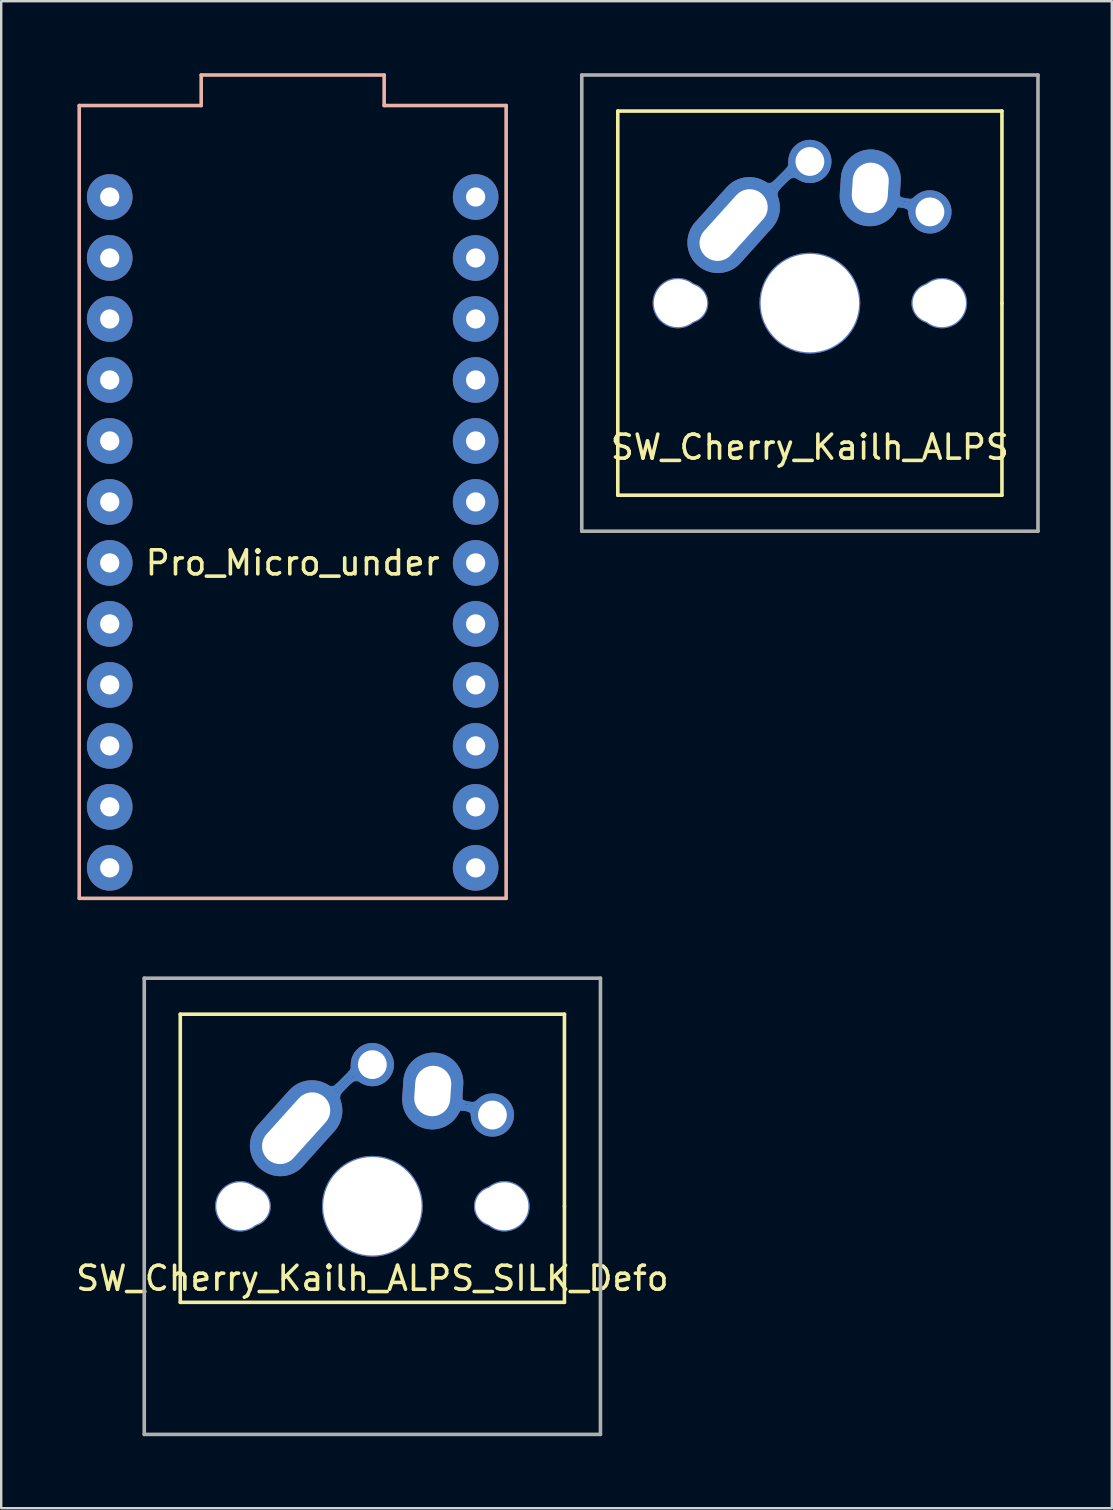
<source format=kicad_pcb>
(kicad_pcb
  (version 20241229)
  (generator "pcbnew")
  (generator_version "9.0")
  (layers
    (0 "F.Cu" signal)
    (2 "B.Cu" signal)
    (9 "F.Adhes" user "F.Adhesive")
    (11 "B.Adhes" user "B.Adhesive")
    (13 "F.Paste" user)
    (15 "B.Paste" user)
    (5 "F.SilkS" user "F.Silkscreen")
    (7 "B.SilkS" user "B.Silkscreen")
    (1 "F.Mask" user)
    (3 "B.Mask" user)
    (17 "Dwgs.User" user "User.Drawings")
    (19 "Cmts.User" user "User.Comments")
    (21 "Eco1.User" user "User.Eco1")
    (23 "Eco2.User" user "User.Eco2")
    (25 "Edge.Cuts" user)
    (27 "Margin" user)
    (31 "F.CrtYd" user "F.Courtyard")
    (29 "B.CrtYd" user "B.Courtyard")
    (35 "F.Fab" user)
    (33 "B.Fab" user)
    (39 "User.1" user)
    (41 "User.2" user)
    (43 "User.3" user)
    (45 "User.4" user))
  (footprint "SW_Cherry_Kailh_ALPS_SILK_Defo"
    (layer "F.Cu")
    (at 12.458 47.19)
    (property "Reference" "SW_Cherry_Kailh_ALPS_SILK_Defo" (at 0 3 0) (layer "F.SilkS") (effects (font (size 1 1) (thickness 0.15))))
    (attr through_hole)
    (fp_line (start -1.7 -4.6) (end -0.7 -5.6) (stroke (width 0.15) (type solid)) (layer "B.Cu"))
    (fp_line (start -1.6 -4.5) (end -0.6 -5.5) (stroke (width 0.15) (type solid)) (layer "B.Cu"))
    (fp_line (start -0.8 -5.7) (end -1.8 -4.7) (stroke (width 0.15) (type solid)) (layer "B.Cu"))
    (fp_line (start 3.61 -4.09) (end 4.2 -3.97) (stroke (width 0.15) (type solid)) (layer "B.Cu"))
    (fp_line (start 3.65 -4.22) (end 4.24 -4.1) (stroke (width 0.15) (type solid)) (layer "B.Cu"))
    (fp_line (start 3.68 -4.36) (end 4.27 -4.24) (stroke (width 0.15) (type solid)) (layer "B.Cu"))
    (fp_arc (start -1.461519 -5.037698) (mid -1.659895 -4.933685) (end -1.87706 -4.98856) (stroke (width 0.15) (type solid)) (layer "B.Cu"))
    (fp_arc (start -1.378778 -4.340147) (mid -1.406885 -4.588771) (end -1.289999 -4.809999) (stroke (width 0.15) (type solid)) (layer "B.Cu"))
    (fp_arc (start -0.914677 -5.184427) (mid -0.685681 -5.283251) (end -0.44802 -5.2076) (stroke (width 0.15) (type solid)) (layer "B.Cu"))
    (fp_arc (start -0.825452 -5.869106) (mid -0.846587 -5.700458) (end -0.94126 -5.5593) (stroke (width 0.15) (type solid)) (layer "B.Cu"))
    (fp_arc (start 3.552732 -3.948526) (mid 3.644727 -4.041219) (end 3.77444 -4.05638) (stroke (width 0.15) (type solid)) (layer "B.Cu"))
    (fp_arc (start 3.839769 -4.32775) (mid 3.712856 -4.408525) (end 3.67538 -4.55422) (stroke (width 0.15) (type solid)) (layer "B.Cu"))
    (fp_arc (start 4.00583 -4.008663) (mid 4.127759 -3.921772) (end 4.17446 -3.77952) (stroke (width 0.15) (type solid)) (layer "B.Cu"))
    (fp_arc (start 4.396952 -4.36643) (mid 4.240506 -4.282354) (end 4.0629 -4.28296) (stroke (width 0.15) (type solid)) (layer "B.Cu"))
    (fp_line (start -8 -8) (end 8 -8) (stroke (width 0.15) (type solid)) (layer "F.SilkS"))
    (fp_line (start -8 4) (end -8 -8) (stroke (width 0.15) (type solid)) (layer "F.SilkS"))
    (fp_line (start 8 -8) (end 8 0) (stroke (width 0.15) (type solid)) (layer "F.SilkS"))
    (fp_line (start 8 0) (end 8 4) (stroke (width 0.15) (type solid)) (layer "F.SilkS"))
    (fp_line (start 8 4) (end -8 4) (stroke (width 0.15) (type solid)) (layer "F.SilkS"))
    (fp_line (start -9.5 -9.5) (end 9.5 -9.5) (stroke (width 0.15) (type solid)) (layer "F.Fab"))
    (fp_line (start -9.5 9.5) (end -9.5 -9.5) (stroke (width 0.15) (type solid)) (layer "F.Fab"))
    (fp_line (start 9.5 -9.5) (end 9.5 9.5) (stroke (width 0.15) (type solid)) (layer "F.Fab"))
    (fp_line (start 9.5 9.5) (end -9.5 9.5) (stroke (width 0.15) (type solid)) (layer "F.Fab"))
    (pad "" np_thru_hole circle (at -5.5 0) (size 2.1 2.1) (drill 2) (layers "*.Cu" "*.Mask"))
    (pad "" np_thru_hole circle (at -5.08 0) (size 1.7 1.7) (drill 1.6) (layers "*.Cu" "*.Mask"))
    (pad "" np_thru_hole circle (at 0 0) (size 4.2 4.2) (drill 4.1) (layers "*.Cu" "*.Mask"))
    (pad "" np_thru_hole circle (at 5.08 0) (size 1.7 1.7) (drill 1.6) (layers "*.Cu" "*.Mask"))
    (pad "" np_thru_hole circle (at 5.5 0) (size 2.1 2.1) (drill 2) (layers "*.Cu" "*.Mask"))
    (pad "1" thru_hole oval (at -3.175 -3.251 318) (size 2.54 4.5) (drill oval 1.499 3.5) (layers "*.Cu" "*.Mask"))
    (pad "1" thru_hole circle (at 0 -5.9) (size 1.8 1.8) (drill 1.2) (layers "*.Cu" "*.Mask"))
    (pad "2" thru_hole oval (at 2.515 -4.801 176.1) (size 2.5 3.2) (drill oval 1.5 2.1) (layers "*.Cu" "*.Mask"))
    (pad "2" thru_hole circle (at 5 -3.8) (size 1.8 1.8) (drill 1.2) (layers "*.Cu" "*.Mask")))
  (footprint "SW_Cherry_Kailh_ALPS"
    (layer "F.Cu")
    (at 30.68 9.575)
    (property "Reference" "SW_Cherry_Kailh_ALPS" (at 0 6 0) (layer "F.SilkS") (effects (font (size 1 1) (thickness 0.15))))
    (attr through_hole)
    (fp_line (start -1.7 -4.6) (end -0.7 -5.6) (stroke (width 0.15) (type solid)) (layer "B.Cu"))
    (fp_line (start -1.6 -4.5) (end -0.6 -5.5) (stroke (width 0.15) (type solid)) (layer "B.Cu"))
    (fp_line (start -0.8 -5.7) (end -1.8 -4.7) (stroke (width 0.15) (type solid)) (layer "B.Cu"))
    (fp_line (start 3.61 -4.09) (end 4.2 -3.97) (stroke (width 0.15) (type solid)) (layer "B.Cu"))
    (fp_line (start 3.65 -4.22) (end 4.24 -4.1) (stroke (width 0.15) (type solid)) (layer "B.Cu"))
    (fp_line (start 3.68 -4.36) (end 4.27 -4.24) (stroke (width 0.15) (type solid)) (layer "B.Cu"))
    (fp_arc (start -1.461519 -5.037698) (mid -1.659895 -4.933685) (end -1.87706 -4.98856) (stroke (width 0.15) (type solid)) (layer "B.Cu"))
    (fp_arc (start -1.378778 -4.340147) (mid -1.406885 -4.588771) (end -1.289999 -4.809999) (stroke (width 0.15) (type solid)) (layer "B.Cu"))
    (fp_arc (start -0.914677 -5.184427) (mid -0.685681 -5.283251) (end -0.44802 -5.2076) (stroke (width 0.15) (type solid)) (layer "B.Cu"))
    (fp_arc (start -0.825452 -5.869106) (mid -0.846587 -5.700458) (end -0.94126 -5.5593) (stroke (width 0.15) (type solid)) (layer "B.Cu"))
    (fp_arc (start 3.552732 -3.948526) (mid 3.644727 -4.041219) (end 3.77444 -4.05638) (stroke (width 0.15) (type solid)) (layer "B.Cu"))
    (fp_arc (start 3.839769 -4.32775) (mid 3.712856 -4.408525) (end 3.67538 -4.55422) (stroke (width 0.15) (type solid)) (layer "B.Cu"))
    (fp_arc (start 4.00583 -4.008663) (mid 4.127759 -3.921772) (end 4.17446 -3.77952) (stroke (width 0.15) (type solid)) (layer "B.Cu"))
    (fp_arc (start 4.396952 -4.36643) (mid 4.240506 -4.282354) (end 4.0629 -4.28296) (stroke (width 0.15) (type solid)) (layer "B.Cu"))
    (fp_line (start -8 -8) (end 8 -8) (stroke (width 0.15) (type solid)) (layer "F.SilkS"))
    (fp_line (start -8 8) (end -8 -8) (stroke (width 0.15) (type solid)) (layer "F.SilkS"))
    (fp_line (start 8 -8) (end 8 0) (stroke (width 0.15) (type solid)) (layer "F.SilkS"))
    (fp_line (start 8 0) (end 8 8) (stroke (width 0.15) (type solid)) (layer "F.SilkS"))
    (fp_line (start 8 8) (end -8 8) (stroke (width 0.15) (type solid)) (layer "F.SilkS"))
    (fp_line (start -9.5 -9.5) (end 9.5 -9.5) (stroke (width 0.15) (type solid)) (layer "F.Fab"))
    (fp_line (start -9.5 9.5) (end -9.5 -9.5) (stroke (width 0.15) (type solid)) (layer "F.Fab"))
    (fp_line (start 9.5 -9.5) (end 9.5 9.5) (stroke (width 0.15) (type solid)) (layer "F.Fab"))
    (fp_line (start 9.5 9.5) (end -9.5 9.5) (stroke (width 0.15) (type solid)) (layer "F.Fab"))
    (pad "" np_thru_hole circle (at -5.5 0) (size 2.1 2.1) (drill 2) (layers "*.Cu" "*.Mask"))
    (pad "" np_thru_hole circle (at -5.08 0) (size 1.7 1.7) (drill 1.6) (layers "*.Cu" "*.Mask"))
    (pad "" np_thru_hole circle (at 0 0) (size 4.2 4.2) (drill 4.1) (layers "*.Cu" "*.Mask"))
    (pad "" np_thru_hole circle (at 5.08 0) (size 1.7 1.7) (drill 1.6) (layers "*.Cu" "*.Mask"))
    (pad "" np_thru_hole circle (at 5.5 0) (size 2.1 2.1) (drill 2) (layers "*.Cu" "*.Mask"))
    (pad "1" thru_hole oval (at -3.175 -3.251 318) (size 2.54 4.5) (drill oval 1.499 3.5) (layers "*.Cu" "*.Mask"))
    (pad "1" thru_hole circle (at 0 -5.9) (size 1.8 1.8) (drill 1.2) (layers "*.Cu" "*.Mask"))
    (pad "2" thru_hole oval (at 2.515 -4.801 176.1) (size 2.5 3.2) (drill oval 1.5 2.1) (layers "*.Cu" "*.Mask"))
    (pad "2" thru_hole circle (at 5 -3.8) (size 1.8 1.8) (drill 1.2) (layers "*.Cu" "*.Mask")))
  (footprint "Pro_Micro_under"
    (layer "F.Cu")
    (at 0.25 34.365)
    (property "Reference" "Pro_Micro_under" (at 8.89 -13.97 0) (layer "F.SilkS") (effects (font (size 1 1) (thickness 0.15))))
    (attr through_hole)
    (fp_line (start 0 -33.02) (end 0 0) (stroke (width 0.15) (type solid)) (layer "B.SilkS"))
    (fp_line (start 0 0) (end 17.78 0) (stroke (width 0.15) (type solid)) (layer "B.SilkS"))
    (fp_line (start 5.08 -34.29) (end 5.08 -33.02) (stroke (width 0.15) (type solid)) (layer "B.SilkS"))
    (fp_line (start 5.08 -33.02) (end 0 -33.02) (stroke (width 0.15) (type solid)) (layer "B.SilkS"))
    (fp_line (start 12.7 -34.29) (end 5.08 -34.29) (stroke (width 0.15) (type solid)) (layer "B.SilkS"))
    (fp_line (start 12.7 -34.29) (end 12.7 -33.02) (stroke (width 0.15) (type solid)) (layer "B.SilkS"))
    (fp_line (start 12.7 -33.02) (end 17.78 -33.02) (stroke (width 0.15) (type solid)) (layer "B.SilkS"))
    (fp_line (start 17.78 0) (end 17.78 -33.02) (stroke (width 0.15) (type solid)) (layer "B.SilkS"))
    (pad "1" thru_hole circle (at 1.27 -29.21) (size 1.9 1.9) (drill 0.8) (layers "*.Cu" "*.Mask"))
    (pad "2" thru_hole circle (at 1.27 -26.67) (size 1.9 1.9) (drill 0.8) (layers "*.Cu" "*.Mask"))
    (pad "3" thru_hole circle (at 1.27 -24.13) (size 1.9 1.9) (drill 0.8) (layers "*.Cu" "*.Mask"))
    (pad "4" thru_hole circle (at 1.27 -21.59) (size 1.9 1.9) (drill 0.8) (layers "*.Cu" "*.Mask"))
    (pad "5" thru_hole circle (at 1.27 -19.05) (size 1.9 1.9) (drill 0.8) (layers "*.Cu" "*.Mask"))
    (pad "6" thru_hole circle (at 1.27 -16.51) (size 1.9 1.9) (drill 0.8) (layers "*.Cu" "*.Mask"))
    (pad "7" thru_hole circle (at 1.27 -13.97) (size 1.9 1.9) (drill 0.8) (layers "*.Cu" "*.Mask"))
    (pad "8" thru_hole circle (at 1.27 -11.43) (size 1.9 1.9) (drill 0.8) (layers "*.Cu" "*.Mask"))
    (pad "9" thru_hole circle (at 1.27 -8.89) (size 1.9 1.9) (drill 0.8) (layers "*.Cu" "*.Mask"))
    (pad "10" thru_hole circle (at 1.27 -6.35) (size 1.9 1.9) (drill 0.8) (layers "*.Cu" "*.Mask"))
    (pad "11" thru_hole circle (at 1.27 -3.81) (size 1.9 1.9) (drill 0.8) (layers "*.Cu" "*.Mask"))
    (pad "12" thru_hole circle (at 1.27 -1.27) (size 1.9 1.9) (drill 0.8) (layers "*.Cu" "*.Mask"))
    (pad "13" thru_hole circle (at 16.51 -29.21) (size 1.9 1.9) (drill 0.8) (layers "*.Cu" "*.Mask"))
    (pad "14" thru_hole circle (at 16.51 -26.67) (size 1.9 1.9) (drill 0.8) (layers "*.Cu" "*.Mask"))
    (pad "15" thru_hole circle (at 16.51 -24.13) (size 1.9 1.9) (drill 0.8) (layers "*.Cu" "*.Mask"))
    (pad "16" thru_hole circle (at 16.51 -21.59) (size 1.9 1.9) (drill 0.8) (layers "*.Cu" "*.Mask"))
    (pad "17" thru_hole circle (at 16.51 -19.05) (size 1.9 1.9) (drill 0.8) (layers "*.Cu" "*.Mask"))
    (pad "18" thru_hole circle (at 16.51 -16.51) (size 1.9 1.9) (drill 0.8) (layers "*.Cu" "*.Mask"))
    (pad "19" thru_hole circle (at 16.51 -13.97) (size 1.9 1.9) (drill 0.8) (layers "*.Cu" "*.Mask"))
    (pad "20" thru_hole circle (at 16.51 -11.43) (size 1.9 1.9) (drill 0.8) (layers "*.Cu" "*.Mask"))
    (pad "21" thru_hole circle (at 16.51 -8.89) (size 1.9 1.9) (drill 0.8) (layers "*.Cu" "*.Mask"))
    (pad "22" thru_hole circle (at 16.51 -6.35) (size 1.9 1.9) (drill 0.8) (layers "*.Cu" "*.Mask"))
    (pad "23" thru_hole circle (at 16.51 -3.81) (size 1.9 1.9) (drill 0.8) (layers "*.Cu" "*.Mask"))
    (pad "24" thru_hole circle (at 16.51 -1.27) (size 1.9 1.9) (drill 0.8) (layers "*.Cu" "*.Mask")))
  (gr_rect
    (start -3 -3)
    (end 43.255 59.765)
    (stroke (width 0.1) (type default))
    (fill no)
    (layer "Edge.Cuts")))
</source>
